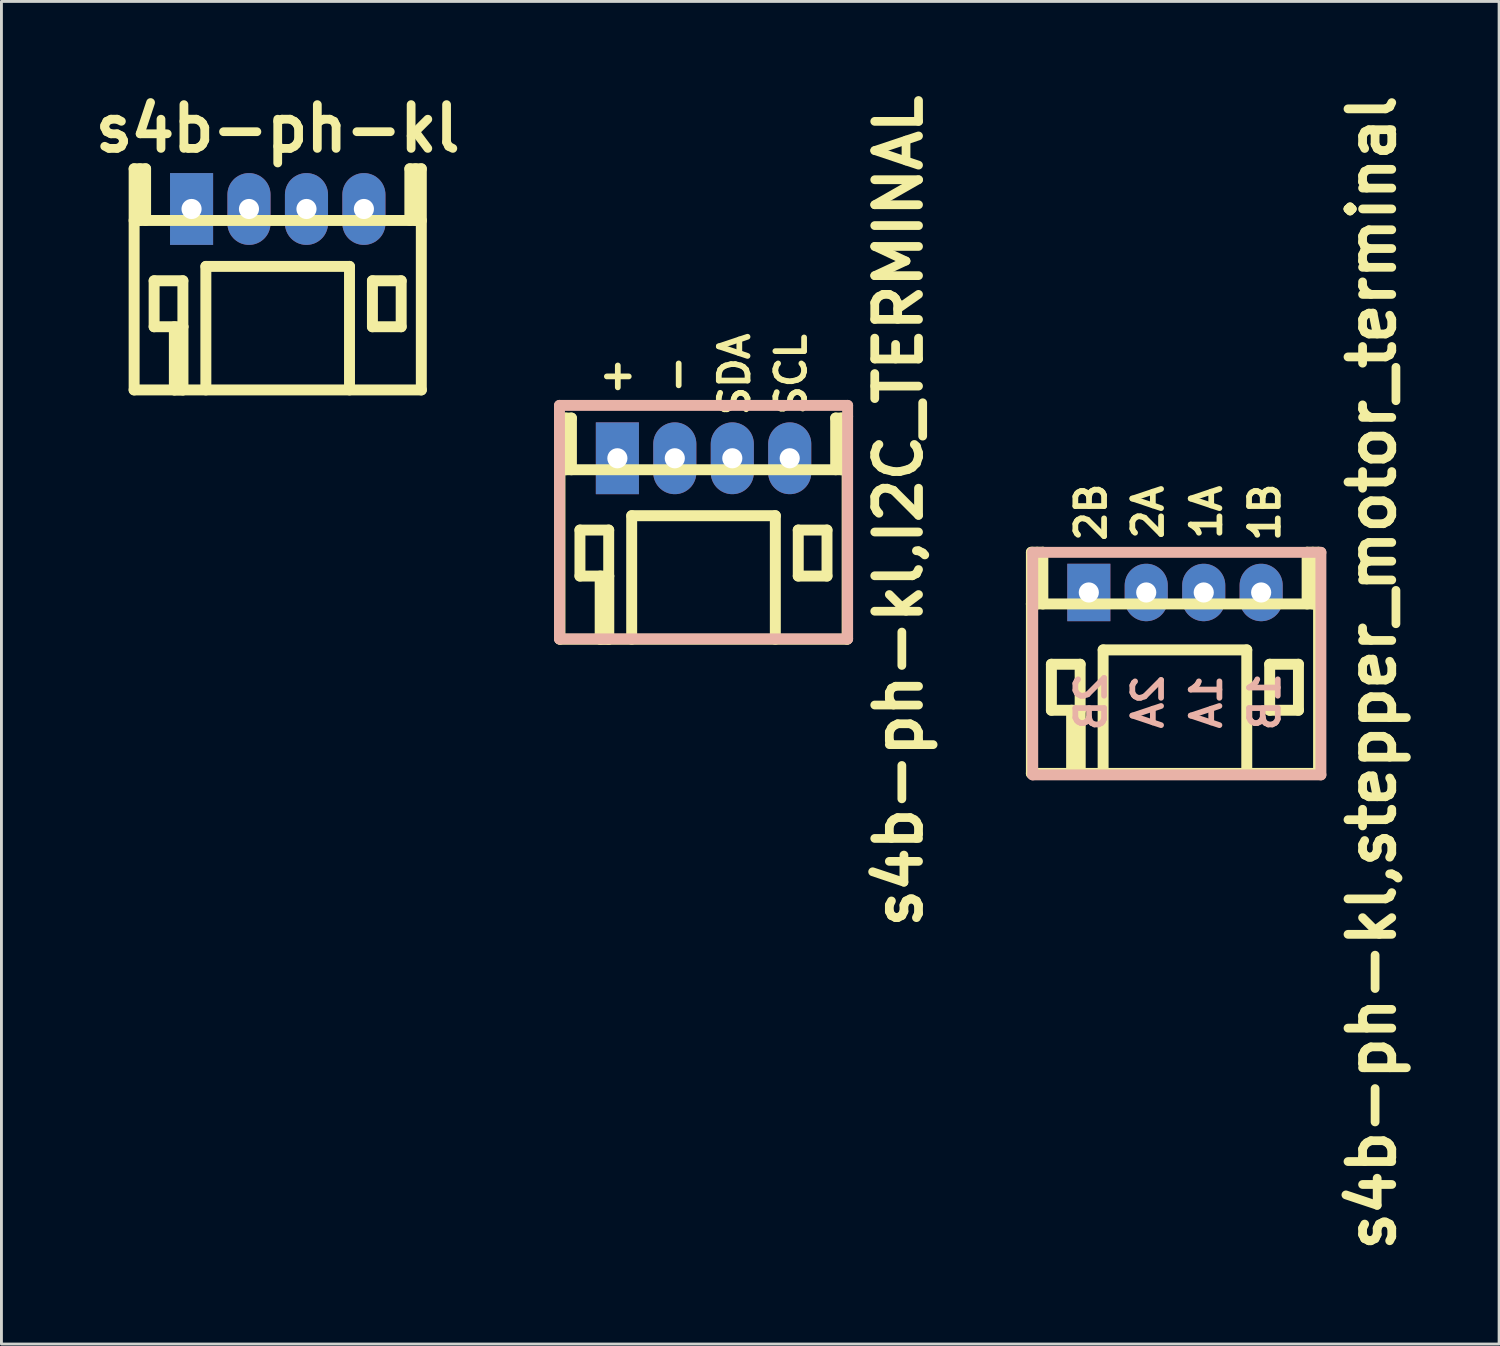
<source format=kicad_pcb>
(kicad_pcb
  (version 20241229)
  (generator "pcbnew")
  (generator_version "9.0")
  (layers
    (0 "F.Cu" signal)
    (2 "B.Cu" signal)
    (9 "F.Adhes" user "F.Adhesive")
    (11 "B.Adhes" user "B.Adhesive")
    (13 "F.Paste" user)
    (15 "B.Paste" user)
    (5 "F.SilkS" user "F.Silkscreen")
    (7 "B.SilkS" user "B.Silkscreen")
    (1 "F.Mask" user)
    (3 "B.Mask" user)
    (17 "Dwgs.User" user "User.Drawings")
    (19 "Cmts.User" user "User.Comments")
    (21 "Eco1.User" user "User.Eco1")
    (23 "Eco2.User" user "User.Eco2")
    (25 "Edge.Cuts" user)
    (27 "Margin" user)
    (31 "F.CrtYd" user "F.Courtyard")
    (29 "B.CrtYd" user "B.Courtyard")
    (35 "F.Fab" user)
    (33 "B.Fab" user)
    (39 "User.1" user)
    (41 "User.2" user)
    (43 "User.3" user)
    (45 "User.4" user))
  (footprint "s4b-ph-kl"
    (layer "F.Cu")
    (at 6.619 4.226)
    (property "Reference" "s4b-ph-kl" (at 0 -2.799 0) (layer "F.SilkS") (effects (font (size 1.524 1.524) (thickness 0.305))))
    (attr through_hole)
    (fp_line (start -5.001 0.399) (end 5.001 0.399) (stroke (width 0.381) (type solid)) (layer "F.SilkS"))
    (fp_line (start -5.001 6.299) (end 5.001 6.299) (stroke (width 0.381) (type solid)) (layer "F.SilkS"))
    (fp_line (start -4.999 -1.4) (end -4.999 6.299) (stroke (width 0.381) (type solid)) (layer "F.SilkS"))
    (fp_line (start -4.798 -1.4) (end -4.798 0.399) (stroke (width 0.381) (type solid)) (layer "F.SilkS"))
    (fp_line (start -4.6 -1.4) (end -4.999 -1.4) (stroke (width 0.381) (type solid)) (layer "F.SilkS"))
    (fp_line (start -4.6 0.399) (end -4.6 -1.4) (stroke (width 0.381) (type solid)) (layer "F.SilkS"))
    (fp_line (start -4.303 2.499) (end -3.302 2.499) (stroke (width 0.381) (type solid)) (layer "F.SilkS"))
    (fp_line (start -4.303 4.1) (end -4.303 2.499) (stroke (width 0.381) (type solid)) (layer "F.SilkS"))
    (fp_line (start -3.599 6.299) (end -3.599 4.1) (stroke (width 0.381) (type solid)) (layer "F.SilkS"))
    (fp_line (start -3.302 2.499) (end -3.302 4.1) (stroke (width 0.381) (type solid)) (layer "F.SilkS"))
    (fp_line (start -3.302 4.1) (end -4.303 4.1) (stroke (width 0.381) (type solid)) (layer "F.SilkS"))
    (fp_line (start -3.299 4.1) (end -3.299 6.299) (stroke (width 0.381) (type solid)) (layer "F.SilkS"))
    (fp_line (start -3.299 6.299) (end -3.599 6.299) (stroke (width 0.381) (type solid)) (layer "F.SilkS"))
    (fp_line (start -2.502 1.999) (end -2.502 6.299) (stroke (width 0.381) (type solid)) (layer "F.SilkS"))
    (fp_line (start 2.499 1.999) (end -2.499 1.999) (stroke (width 0.381) (type solid)) (layer "F.SilkS"))
    (fp_line (start 2.499 1.999) (end 2.499 6.299) (stroke (width 0.381) (type solid)) (layer "F.SilkS"))
    (fp_line (start 3.297 2.499) (end 4.298 2.499) (stroke (width 0.381) (type solid)) (layer "F.SilkS"))
    (fp_line (start 3.297 4.1) (end 3.297 2.499) (stroke (width 0.381) (type solid)) (layer "F.SilkS"))
    (fp_line (start 4.298 2.499) (end 4.298 4.1) (stroke (width 0.381) (type solid)) (layer "F.SilkS"))
    (fp_line (start 4.298 4.1) (end 3.297 4.1) (stroke (width 0.381) (type solid)) (layer "F.SilkS"))
    (fp_line (start 4.6 -1.4) (end 4.6 0.399) (stroke (width 0.381) (type solid)) (layer "F.SilkS"))
    (fp_line (start 4.798 -1.4) (end 4.798 0.399) (stroke (width 0.381) (type solid)) (layer "F.SilkS"))
    (fp_line (start 4.999 -1.4) (end 4.6 -1.4) (stroke (width 0.381) (type solid)) (layer "F.SilkS"))
    (fp_line (start 4.999 6.299) (end 4.999 -1.4) (stroke (width 0.381) (type solid)) (layer "F.SilkS"))
    (pad "1" thru_hole rect (at -3 0) (size 1.5 2.5) (drill 0.701) (layers "*.Cu" "*.Mask"))
    (pad "2" thru_hole oval (at -1.001 0) (size 1.5 2.5) (drill 0.701) (layers "*.Cu" "*.Mask"))
    (pad "3" thru_hole oval (at 1.001 0) (size 1.5 2.5) (drill 0.701) (layers "*.Cu" "*.Mask"))
    (pad "4" thru_hole oval (at 3 0) (size 1.5 2.5) (drill 0.701) (layers "*.Cu" "*.Mask")))
  (footprint "s4b-ph-kl,I2C_TERMINAL"
    (layer "F.Cu")
    (at 21.444 12.905)
    (property "Reference" "s4b-ph-kl,I2C_TERMINAL" (at 6.795 1.841 90) (layer "F.SilkS") (effects (font (size 1.524 1.524) (thickness 0.305))))
    (attr through_hole)
    (fp_line (start -5.001 0.399) (end 5.001 0.399) (stroke (width 0.381) (type solid)) (layer "F.SilkS"))
    (fp_line (start -5.001 6.299) (end 5.001 6.299) (stroke (width 0.381) (type solid)) (layer "F.SilkS"))
    (fp_line (start -4.999 -1.4) (end -4.999 6.299) (stroke (width 0.381) (type solid)) (layer "F.SilkS"))
    (fp_line (start -4.798 -1.4) (end -4.798 0.399) (stroke (width 0.381) (type solid)) (layer "F.SilkS"))
    (fp_line (start -4.6 -1.4) (end -4.999 -1.4) (stroke (width 0.381) (type solid)) (layer "F.SilkS"))
    (fp_line (start -4.6 0.399) (end -4.6 -1.4) (stroke (width 0.381) (type solid)) (layer "F.SilkS"))
    (fp_line (start -4.303 2.499) (end -3.302 2.499) (stroke (width 0.381) (type solid)) (layer "F.SilkS"))
    (fp_line (start -4.303 4.1) (end -4.303 2.499) (stroke (width 0.381) (type solid)) (layer "F.SilkS"))
    (fp_line (start -3.599 6.299) (end -3.599 4.1) (stroke (width 0.381) (type solid)) (layer "F.SilkS"))
    (fp_line (start -3.302 2.499) (end -3.302 4.1) (stroke (width 0.381) (type solid)) (layer "F.SilkS"))
    (fp_line (start -3.302 4.1) (end -4.303 4.1) (stroke (width 0.381) (type solid)) (layer "F.SilkS"))
    (fp_line (start -3.299 4.1) (end -3.299 6.299) (stroke (width 0.381) (type solid)) (layer "F.SilkS"))
    (fp_line (start -3.299 6.299) (end -3.599 6.299) (stroke (width 0.381) (type solid)) (layer "F.SilkS"))
    (fp_line (start -2.502 1.999) (end -2.502 6.299) (stroke (width 0.381) (type solid)) (layer "F.SilkS"))
    (fp_line (start 2.499 1.999) (end -2.499 1.999) (stroke (width 0.381) (type solid)) (layer "F.SilkS"))
    (fp_line (start 2.499 1.999) (end 2.499 6.299) (stroke (width 0.381) (type solid)) (layer "F.SilkS"))
    (fp_line (start 3.297 2.499) (end 4.298 2.499) (stroke (width 0.381) (type solid)) (layer "F.SilkS"))
    (fp_line (start 3.297 4.1) (end 3.297 2.499) (stroke (width 0.381) (type solid)) (layer "F.SilkS"))
    (fp_line (start 4.298 2.499) (end 4.298 4.1) (stroke (width 0.381) (type solid)) (layer "F.SilkS"))
    (fp_line (start 4.298 4.1) (end 3.297 4.1) (stroke (width 0.381) (type solid)) (layer "F.SilkS"))
    (fp_line (start 4.6 -1.4) (end 4.6 0.399) (stroke (width 0.381) (type solid)) (layer "F.SilkS"))
    (fp_line (start 4.798 -1.4) (end 4.798 0.399) (stroke (width 0.381) (type solid)) (layer "F.SilkS"))
    (fp_line (start 4.999 -1.4) (end 4.6 -1.4) (stroke (width 0.381) (type solid)) (layer "F.SilkS"))
    (fp_line (start 4.999 6.299) (end 4.999 -1.4) (stroke (width 0.381) (type solid)) (layer "F.SilkS"))
    (fp_line (start -5.016 -1.841) (end -5.016 6.287) (stroke (width 0.381) (type solid)) (layer "B.SilkS"))
    (fp_line (start -5.016 6.287) (end 5.016 6.287) (stroke (width 0.381) (type solid)) (layer "B.SilkS"))
    (fp_line (start 5.016 -1.841) (end -5.016 -1.841) (stroke (width 0.381) (type solid)) (layer "B.SilkS"))
    (fp_line (start 5.016 -1.46) (end 5.016 -1.841) (stroke (width 0.381) (type solid)) (layer "B.SilkS"))
    (fp_line (start 5.016 6.287) (end 5.016 -1.46) (stroke (width 0.381) (type solid)) (layer "B.SilkS"))
    (fp_text user "-" (at -0.937 -2.921 90) (layer "F.SilkS") (effects (font (size 1 1) (thickness 0.2))))
    (fp_text user "+" (at -2.985 -2.921 0) (layer "F.SilkS") (effects (font (size 1 1) (thickness 0.2))))
    (fp_text user "SCL" (at 3.048 -2.921 90) (layer "F.SilkS") (effects (font (size 1 1) (thickness 0.2))))
    (fp_text user "SDA" (at 1.079 -2.921 90) (layer "F.SilkS") (effects (font (size 1 1) (thickness 0.2))))
    (pad "1" thru_hole rect (at -3 0) (size 1.5 2.5) (drill 0.701) (layers "*.Cu" "*.Mask"))
    (pad "2" thru_hole oval (at -1.001 0) (size 1.5 2.5) (drill 0.701) (layers "*.Cu" "*.Mask"))
    (pad "3" thru_hole oval (at 1.001 0) (size 1.5 2.5) (drill 0.701) (layers "*.Cu" "*.Mask"))
    (pad "4" thru_hole oval (at 3 0) (size 1.5 2.5) (drill 0.701) (layers "*.Cu" "*.Mask")))
  (footprint "s4b-ph-kl,stepper_motor_terminal"
    (layer "F.Cu")
    (at 37.857 17.577)
    (property "Reference" "s4b-ph-kl,stepper_motor_terminal" (at 6.858 2.794 90) (layer "F.SilkS") (effects (font (size 1.524 1.524) (thickness 0.305))))
    (attr through_hole)
    (fp_line (start -5.001 0.399) (end 5.001 0.399) (stroke (width 0.381) (type solid)) (layer "F.SilkS"))
    (fp_line (start -5.001 6.299) (end 5.001 6.299) (stroke (width 0.381) (type solid)) (layer "F.SilkS"))
    (fp_line (start -4.999 -1.4) (end -4.999 6.299) (stroke (width 0.381) (type solid)) (layer "F.SilkS"))
    (fp_line (start -4.798 -1.4) (end -4.798 0.399) (stroke (width 0.381) (type solid)) (layer "F.SilkS"))
    (fp_line (start -4.6 -1.4) (end -4.999 -1.4) (stroke (width 0.381) (type solid)) (layer "F.SilkS"))
    (fp_line (start -4.6 0.399) (end -4.6 -1.4) (stroke (width 0.381) (type solid)) (layer "F.SilkS"))
    (fp_line (start -4.303 2.499) (end -3.302 2.499) (stroke (width 0.381) (type solid)) (layer "F.SilkS"))
    (fp_line (start -4.303 4.1) (end -4.303 2.499) (stroke (width 0.381) (type solid)) (layer "F.SilkS"))
    (fp_line (start -3.599 6.299) (end -3.599 4.1) (stroke (width 0.381) (type solid)) (layer "F.SilkS"))
    (fp_line (start -3.302 2.499) (end -3.302 4.1) (stroke (width 0.381) (type solid)) (layer "F.SilkS"))
    (fp_line (start -3.302 4.1) (end -4.303 4.1) (stroke (width 0.381) (type solid)) (layer "F.SilkS"))
    (fp_line (start -3.299 4.1) (end -3.299 6.299) (stroke (width 0.381) (type solid)) (layer "F.SilkS"))
    (fp_line (start -3.299 6.299) (end -3.599 6.299) (stroke (width 0.381) (type solid)) (layer "F.SilkS"))
    (fp_line (start -2.502 1.999) (end -2.502 6.299) (stroke (width 0.381) (type solid)) (layer "F.SilkS"))
    (fp_line (start 2.499 1.999) (end -2.499 1.999) (stroke (width 0.381) (type solid)) (layer "F.SilkS"))
    (fp_line (start 2.499 1.999) (end 2.499 6.299) (stroke (width 0.381) (type solid)) (layer "F.SilkS"))
    (fp_line (start 3.297 2.499) (end 4.298 2.499) (stroke (width 0.381) (type solid)) (layer "F.SilkS"))
    (fp_line (start 3.297 4.1) (end 3.297 2.499) (stroke (width 0.381) (type solid)) (layer "F.SilkS"))
    (fp_line (start 4.298 2.499) (end 4.298 4.1) (stroke (width 0.381) (type solid)) (layer "F.SilkS"))
    (fp_line (start 4.298 4.1) (end 3.297 4.1) (stroke (width 0.381) (type solid)) (layer "F.SilkS"))
    (fp_line (start 4.6 -1.4) (end 4.6 0.399) (stroke (width 0.381) (type solid)) (layer "F.SilkS"))
    (fp_line (start 4.798 -1.4) (end 4.798 0.399) (stroke (width 0.381) (type solid)) (layer "F.SilkS"))
    (fp_line (start 4.999 -1.4) (end 4.6 -1.4) (stroke (width 0.381) (type solid)) (layer "F.SilkS"))
    (fp_line (start 4.999 6.299) (end 4.999 -1.4) (stroke (width 0.381) (type solid)) (layer "F.SilkS"))
    (fp_line (start -4.953 -1.397) (end -4.953 6.35) (stroke (width 0.381) (type solid)) (layer "B.SilkS"))
    (fp_line (start -4.953 -1.397) (end 5.08 -1.397) (stroke (width 0.381) (type solid)) (layer "B.SilkS"))
    (fp_line (start -4.953 6.35) (end 5.08 6.35) (stroke (width 0.381) (type solid)) (layer "B.SilkS"))
    (fp_line (start 5.08 6.35) (end 5.08 -1.397) (stroke (width 0.381) (type solid)) (layer "B.SilkS"))
    (fp_text user "1A" (at 1.095 -2.794 90) (layer "F.SilkS") (effects (font (size 1 1) (thickness 0.2))))
    (fp_text user "2B" (at -2.921 -2.794 90) (layer "F.SilkS") (effects (font (size 1 1) (thickness 0.2))))
    (fp_text user "2A" (at -0.937 -2.794 90) (layer "F.SilkS") (effects (font (size 1 1) (thickness 0.2))))
    (fp_text user "1B" (at 3.127 -2.794 90) (layer "F.SilkS") (effects (font (size 1 1) (thickness 0.2))))
    (fp_text user "2B" (at -2.921 3.809 90) (layer "B.SilkS") (effects (font (size 1 1) (thickness 0.2)) (justify mirror)))
    (fp_text user "2A" (at -0.937 3.809 90) (layer "B.SilkS") (effects (font (size 1 1) (thickness 0.2)) (justify mirror)))
    (fp_text user "1B" (at 3.127 3.809 90) (layer "B.SilkS") (effects (font (size 1 1) (thickness 0.2)) (justify mirror)))
    (fp_text user "1A" (at 1.095 3.809 90) (layer "B.SilkS") (effects (font (size 1 1) (thickness 0.2)) (justify mirror)))
    (pad "1" thru_hole rect (at -3 0) (size 1.5 2) (drill 0.701) (layers "*.Cu" "*.Mask"))
    (pad "2" thru_hole oval (at -1.001 0) (size 1.5 2) (drill 0.701) (layers "*.Cu" "*.Mask"))
    (pad "3" thru_hole oval (at 1.001 0) (size 1.5 2) (drill 0.701) (layers "*.Cu" "*.Mask"))
    (pad "4" thru_hole oval (at 3 0) (size 1.5 2) (drill 0.701) (layers "*.Cu" "*.Mask")))
  (gr_rect
    (start -3 -3)
    (end 49.141 43.742)
    (stroke (width 0.1) (type default))
    (fill no)
    (layer "Edge.Cuts")))
</source>
